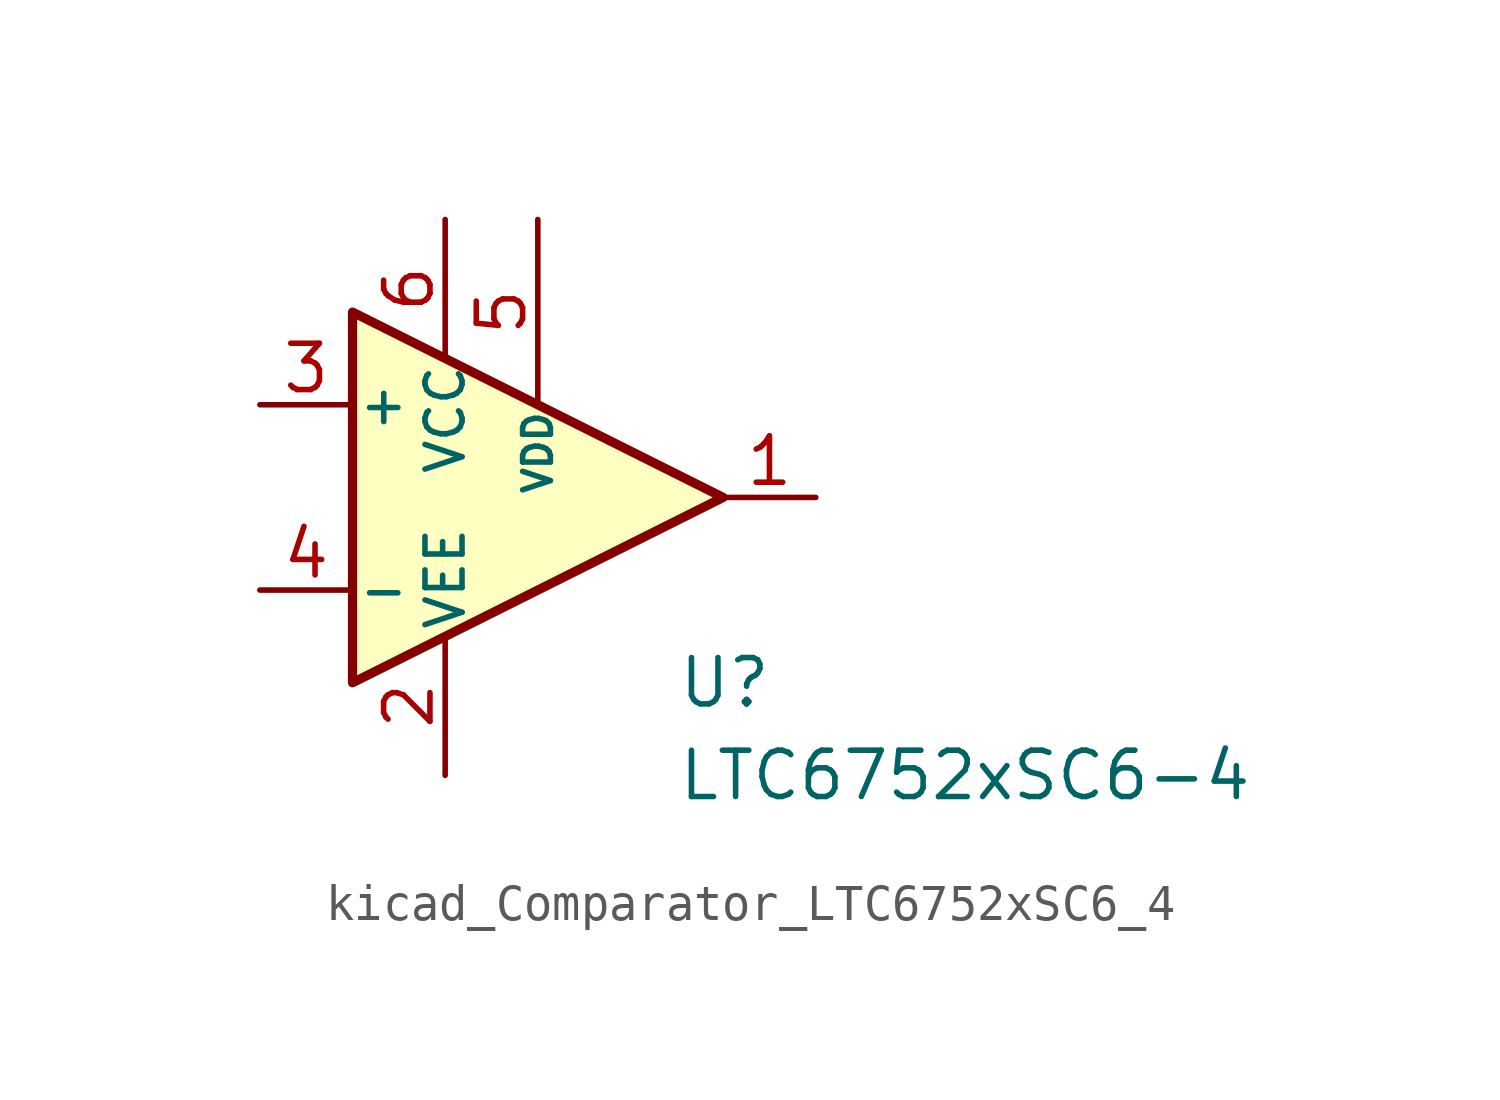
<source format=kicad_sym>
(kicad_symbol_lib
  (version 20220914)
  (generator kicad_symbol_editor)
  (symbol "kicad_Comparator_LTC6752xSC6_4"
    (pin_names
      (offset 0.127))
    (property "Reference" "U"
      (at 3.81 -5.08 0)
      (effects (font (size 1.27 1.27)) (justify left)))
    (property "Value" "LTC6752xSC6-4"
      (at 3.81 -7.62 0)
      (effects (font (size 1.27 1.27)) (justify left)))
    (symbol "kicad_Comparator_LTC6752xSC6_4_1_1"
      (polyline (pts (xy -5.08 5.08) (xy 5.08 0) (xy -5.08 -5.08) (xy -5.08 5.08)) (stroke (width 0.254) (type default)) (fill (type background)))
      (pin output line (at 7.62 0 180) (length 2.54) (name "~" (effects (font (size 1.27 1.27)))) (number "1" (effects (font (size 1.27 1.27)))))
      (pin power_in line (at -2.54 -7.62 90) (length 3.81) (name "VEE" (effects (font (size 1.016 1.016)))) (number "2" (effects (font (size 1.27 1.27)))))
      (pin input line (at -7.62 2.54 0) (length 2.54) (name "+" (effects (font (size 1.016 1.016)))) (number "3" (effects (font (size 1.27 1.27)))))
      (pin input line (at -7.62 -2.54 0) (length 2.54) (name "-" (effects (font (size 1.016 1.016)))) (number "4" (effects (font (size 1.27 1.27)))))
      (pin power_in line (at 0 7.62 270) (length 5.08) (name "VDD" (effects (font (size 0.762 0.762)))) (number "5" (effects (font (size 1.27 1.27)))))
      (pin power_in line (at -2.54 7.62 270) (length 3.81) (name "VCC" (effects (font (size 1.016 1.016)))) (number "6" (effects (font (size 1.27 1.27))))))))
</source>
